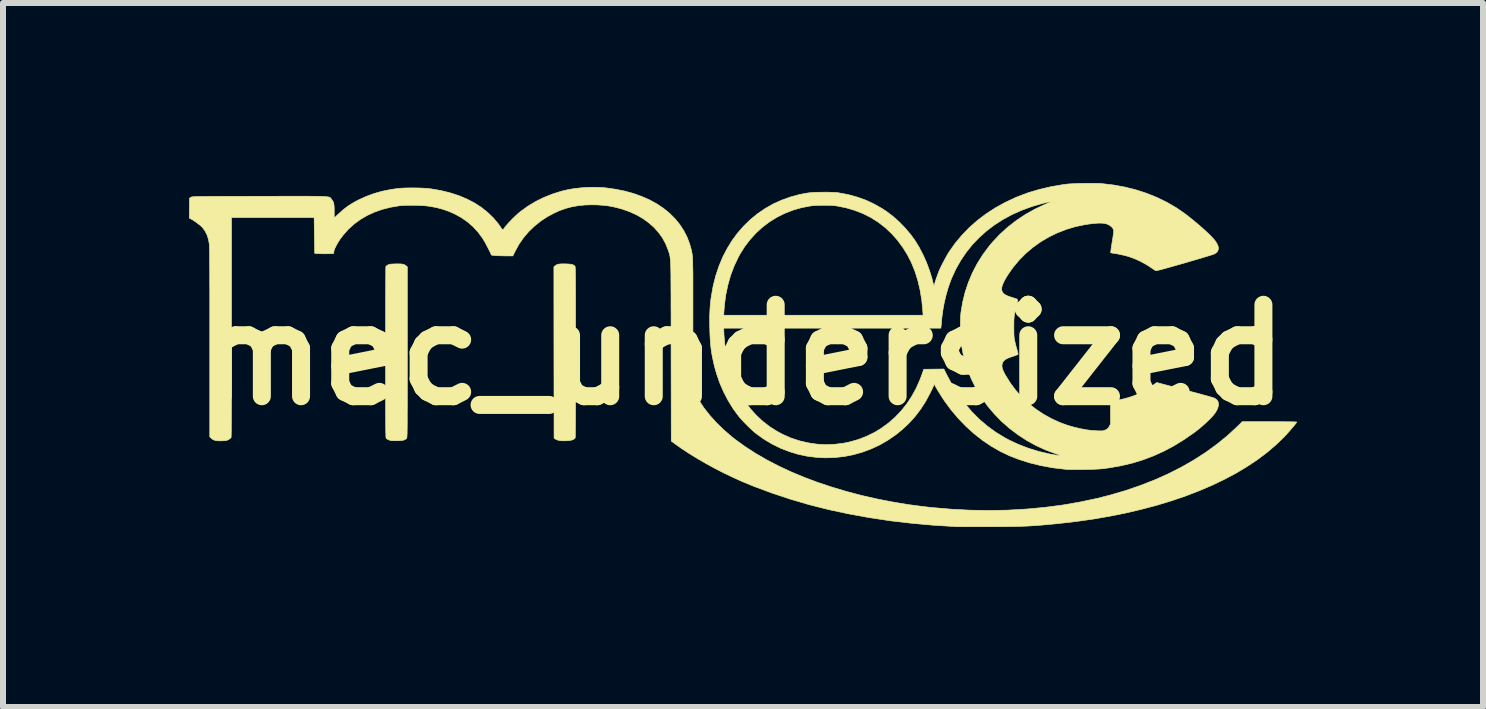
<source format=kicad_pcb>
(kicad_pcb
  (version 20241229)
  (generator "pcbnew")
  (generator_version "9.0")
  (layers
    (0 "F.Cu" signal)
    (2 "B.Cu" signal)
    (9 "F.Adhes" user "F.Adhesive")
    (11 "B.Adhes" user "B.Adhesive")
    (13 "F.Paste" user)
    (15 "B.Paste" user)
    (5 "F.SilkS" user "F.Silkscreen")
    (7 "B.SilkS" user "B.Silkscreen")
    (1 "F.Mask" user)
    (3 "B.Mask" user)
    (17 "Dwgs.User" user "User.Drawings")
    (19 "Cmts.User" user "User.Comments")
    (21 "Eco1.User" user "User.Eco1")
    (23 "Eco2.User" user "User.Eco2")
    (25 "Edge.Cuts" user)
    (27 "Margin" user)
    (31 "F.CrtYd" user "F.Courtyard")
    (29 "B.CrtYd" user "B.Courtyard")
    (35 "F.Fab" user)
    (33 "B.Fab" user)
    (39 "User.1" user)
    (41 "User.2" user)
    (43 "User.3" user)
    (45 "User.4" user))
  (footprint "mec_undersized"
    (layer "F.Cu")
    (at 9.333 2.864)
    (property "Reference" "mec_undersized" (at 0 0 0) (layer "F.SilkS") (effects (font (size 1.524 1.524) (thickness 0.3))))
    (attr through_hole)
    (fp_poly (pts (xy -2.954 -1.516) (xy -2.909 -1.514) (xy -2.874 -1.511) (xy -2.848 -1.506) (xy -2.829 -1.499) (xy -2.813 -1.488) (xy -2.802 -1.478) (xy -2.8 -1.476) (xy -2.799 -1.472) (xy -2.798 -1.465) (xy -2.797 -1.456) (xy -2.796 -1.442) (xy -2.795 -1.424) (xy -2.795 -1.402) (xy -2.794 -1.374) (xy -2.793 -1.34) (xy -2.793 -1.3) (xy -2.792 -1.252) (xy -2.792 -1.197) (xy -2.792 -1.134) (xy -2.791 -1.063) (xy -2.791 -0.982) (xy -2.791 -0.891) (xy -2.791 -0.79) (xy -2.791 -0.678) (xy -2.791 -0.554) (xy -2.791 -0.418) (xy -2.791 -0.27) (xy -2.791 -0.109) (xy -2.791 -0.048) (xy -2.791 0.135) (xy -2.791 0.303) (xy -2.791 0.459) (xy -2.791 0.601) (xy -2.791 0.73) (xy -2.792 0.847) (xy -2.792 0.952) (xy -2.792 1.044) (xy -2.793 1.125) (xy -2.793 1.195) (xy -2.794 1.253) (xy -2.795 1.3) (xy -2.795 1.337) (xy -2.796 1.363) (xy -2.797 1.38) (xy -2.798 1.386) (xy -2.809 1.397) (xy -2.827 1.409) (xy -2.838 1.415) (xy -2.863 1.422) (xy -2.897 1.428) (xy -2.938 1.431) (xy -2.981 1.432) (xy -3.022 1.432) (xy -3.058 1.428) (xy -3.078 1.424) (xy -3.102 1.415) (xy -3.124 1.405) (xy -3.13 1.401) (xy -3.149 1.387) (xy -3.151 -0.04) (xy -3.152 -1.467) (xy -3.131 -1.485) (xy -3.113 -1.498) (xy -3.092 -1.507) (xy -3.066 -1.513) (xy -3.032 -1.516) (xy -2.988 -1.516) (xy -2.954 -1.516)) (stroke (width 0.01) (type solid)) (fill yes) (layer "F.SilkS"))
    (fp_poly (pts (xy -5.702 -1.515) (xy -5.671 -1.511) (xy -5.647 -1.504) (xy -5.627 -1.493) (xy -5.616 -1.485) (xy -5.595 -1.467) (xy -5.595 -0.042) (xy -5.595 0.124) (xy -5.595 0.276) (xy -5.595 0.416) (xy -5.595 0.544) (xy -5.595 0.659) (xy -5.595 0.764) (xy -5.595 0.859) (xy -5.596 0.943) (xy -5.596 1.018) (xy -5.596 1.084) (xy -5.596 1.141) (xy -5.597 1.191) (xy -5.597 1.234) (xy -5.598 1.27) (xy -5.598 1.301) (xy -5.599 1.325) (xy -5.6 1.345) (xy -5.601 1.361) (xy -5.602 1.372) (xy -5.603 1.381) (xy -5.604 1.387) (xy -5.605 1.391) (xy -5.607 1.393) (xy -5.607 1.393) (xy -5.626 1.407) (xy -5.645 1.417) (xy -5.669 1.424) (xy -5.701 1.428) (xy -5.742 1.43) (xy -5.758 1.431) (xy -5.795 1.431) (xy -5.829 1.431) (xy -5.856 1.429) (xy -5.873 1.428) (xy -5.873 1.427) (xy -5.914 1.413) (xy -5.945 1.393) (xy -5.946 1.392) (xy -5.947 1.388) (xy -5.949 1.384) (xy -5.95 1.376) (xy -5.951 1.366) (xy -5.952 1.352) (xy -5.952 1.334) (xy -5.953 1.311) (xy -5.954 1.283) (xy -5.954 1.25) (xy -5.955 1.21) (xy -5.955 1.163) (xy -5.956 1.108) (xy -5.956 1.045) (xy -5.956 0.974) (xy -5.956 0.894) (xy -5.956 0.804) (xy -5.957 0.703) (xy -5.957 0.592) (xy -5.957 0.469) (xy -5.957 0.334) (xy -5.957 0.187) (xy -5.957 0.026) (xy -5.957 -0.039) (xy -5.957 -0.179) (xy -5.957 -0.315) (xy -5.957 -0.446) (xy -5.957 -0.573) (xy -5.956 -0.695) (xy -5.956 -0.809) (xy -5.956 -0.917) (xy -5.956 -1.018) (xy -5.955 -1.11) (xy -5.955 -1.193) (xy -5.955 -1.267) (xy -5.954 -1.33) (xy -5.954 -1.383) (xy -5.954 -1.424) (xy -5.953 -1.453) (xy -5.953 -1.468) (xy -5.952 -1.472) (xy -5.944 -1.481) (xy -5.928 -1.493) (xy -5.919 -1.498) (xy -5.906 -1.504) (xy -5.891 -1.509) (xy -5.872 -1.512) (xy -5.845 -1.514) (xy -5.809 -1.515) (xy -5.793 -1.516) (xy -5.742 -1.516) (xy -5.702 -1.515)) (stroke (width 0.01) (type solid)) (fill yes) (layer "F.SilkS"))
    (fp_poly (pts (xy -2.377 -2.79) (xy -2.293 -2.784) (xy -2.13 -2.761) (xy -1.974 -2.73) (xy -1.827 -2.69) (xy -1.688 -2.64) (xy -1.558 -2.583) (xy -1.438 -2.517) (xy -1.327 -2.443) (xy -1.227 -2.362) (xy -1.137 -2.273) (xy -1.058 -2.177) (xy -0.99 -2.074) (xy -0.933 -1.964) (xy -0.889 -1.848) (xy -0.87 -1.781) (xy -0.865 -1.763) (xy -0.861 -1.746) (xy -0.857 -1.73) (xy -0.854 -1.714) (xy -0.851 -1.698) (xy -0.848 -1.68) (xy -0.845 -1.659) (xy -0.843 -1.636) (xy -0.841 -1.61) (xy -0.84 -1.579) (xy -0.839 -1.543) (xy -0.838 -1.501) (xy -0.837 -1.454) (xy -0.836 -1.399) (xy -0.835 -1.336) (xy -0.835 -1.265) (xy -0.835 -1.185) (xy -0.835 -1.095) (xy -0.835 -0.994) (xy -0.835 -0.882) (xy -0.835 -0.758) (xy -0.835 -0.622) (xy -0.835 -0.51) (xy -0.836 0.57) (xy -0.804 0.635) (xy -0.733 0.761) (xy -0.65 0.886) (xy -0.553 1.009) (xy -0.444 1.13) (xy -0.324 1.247) (xy -0.192 1.361) (xy -0.125 1.414) (xy 0.037 1.531) (xy 0.212 1.644) (xy 0.399 1.752) (xy 0.596 1.854) (xy 0.804 1.951) (xy 1.022 2.042) (xy 1.249 2.127) (xy 1.484 2.205) (xy 1.726 2.277) (xy 1.976 2.343) (xy 2.231 2.401) (xy 2.492 2.452) (xy 2.758 2.496) (xy 3.028 2.531) (xy 3.135 2.543) (xy 3.456 2.571) (xy 3.776 2.588) (xy 4.094 2.593) (xy 4.408 2.588) (xy 4.719 2.57) (xy 5.025 2.542) (xy 5.325 2.503) (xy 5.619 2.452) (xy 5.906 2.391) (xy 6.113 2.338) (xy 6.371 2.263) (xy 6.619 2.178) (xy 6.857 2.085) (xy 7.086 1.983) (xy 7.305 1.872) (xy 7.513 1.753) (xy 7.71 1.626) (xy 7.897 1.49) (xy 8.073 1.347) (xy 8.23 1.202) (xy 8.321 1.113) (xy 8.774 1.113) (xy 8.852 1.114) (xy 8.926 1.114) (xy 8.994 1.114) (xy 9.056 1.115) (xy 9.11 1.115) (xy 9.155 1.116) (xy 9.191 1.117) (xy 9.215 1.118) (xy 9.227 1.119) (xy 9.228 1.119) (xy 9.223 1.128) (xy 9.211 1.145) (xy 9.192 1.169) (xy 9.168 1.198) (xy 9.14 1.231) (xy 9.111 1.265) (xy 9.08 1.3) (xy 9.05 1.333) (xy 9.022 1.363) (xy 9.012 1.374) (xy 8.877 1.503) (xy 8.73 1.628) (xy 8.571 1.748) (xy 8.399 1.862) (xy 8.216 1.972) (xy 8.022 2.075) (xy 7.817 2.173) (xy 7.602 2.265) (xy 7.376 2.352) (xy 7.141 2.432) (xy 6.897 2.506) (xy 6.644 2.573) (xy 6.382 2.635) (xy 6.113 2.689) (xy 5.835 2.737) (xy 5.551 2.777) (xy 5.259 2.811) (xy 5.111 2.825) (xy 5.034 2.832) (xy 4.964 2.838) (xy 4.9 2.843) (xy 4.84 2.847) (xy 4.782 2.851) (xy 4.725 2.854) (xy 4.667 2.856) (xy 4.606 2.858) (xy 4.541 2.86) (xy 4.47 2.861) (xy 4.392 2.862) (xy 4.303 2.863) (xy 4.204 2.863) (xy 4.123 2.863) (xy 4.039 2.864) (xy 3.957 2.864) (xy 3.88 2.864) (xy 3.808 2.864) (xy 3.743 2.864) (xy 3.686 2.864) (xy 3.638 2.863) (xy 3.601 2.863) (xy 3.575 2.863) (xy 3.563 2.863) (xy 3.183 2.84) (xy 2.813 2.807) (xy 2.453 2.765) (xy 2.102 2.712) (xy 1.761 2.65) (xy 1.428 2.579) (xy 1.104 2.497) (xy 0.789 2.405) (xy 0.482 2.303) (xy 0.183 2.192) (xy -0.014 2.111) (xy -0.162 2.044) (xy -0.313 1.972) (xy -0.464 1.895) (xy -0.612 1.814) (xy -0.756 1.731) (xy -0.893 1.647) (xy -1.021 1.563) (xy -1.137 1.481) (xy -1.139 1.479) (xy -1.196 1.437) (xy -1.199 -0.056) (xy -1.199 -0.229) (xy -1.199 -0.388) (xy -1.199 -0.535) (xy -1.199 -0.669) (xy -1.2 -0.792) (xy -1.2 -0.904) (xy -1.2 -1.006) (xy -1.201 -1.098) (xy -1.201 -1.18) (xy -1.202 -1.254) (xy -1.202 -1.319) (xy -1.203 -1.377) (xy -1.204 -1.428) (xy -1.205 -1.473) (xy -1.207 -1.512) (xy -1.208 -1.546) (xy -1.21 -1.575) (xy -1.212 -1.6) (xy -1.215 -1.621) (xy -1.217 -1.64) (xy -1.22 -1.656) (xy -1.223 -1.671) (xy -1.227 -1.684) (xy -1.231 -1.697) (xy -1.235 -1.71) (xy -1.24 -1.724) (xy -1.245 -1.738) (xy -1.249 -1.751) (xy -1.291 -1.855) (xy -1.344 -1.952) (xy -1.41 -2.043) (xy -1.486 -2.127) (xy -1.574 -2.204) (xy -1.671 -2.274) (xy -1.778 -2.335) (xy -1.894 -2.387) (xy -2.018 -2.431) (xy -2.085 -2.449) (xy -2.17 -2.469) (xy -2.252 -2.484) (xy -2.334 -2.493) (xy -2.42 -2.499) (xy -2.512 -2.501) (xy -2.633 -2.498) (xy -2.744 -2.487) (xy -2.849 -2.469) (xy -2.951 -2.442) (xy -3.051 -2.407) (xy -3.138 -2.368) (xy -3.258 -2.305) (xy -3.37 -2.231) (xy -3.474 -2.148) (xy -3.57 -2.056) (xy -3.656 -1.956) (xy -3.73 -1.85) (xy -3.792 -1.739) (xy -3.797 -1.729) (xy -3.836 -1.649) (xy -3.931 -1.649) (xy -3.991 -1.65) (xy -4.046 -1.651) (xy -4.095 -1.653) (xy -4.136 -1.656) (xy -4.167 -1.659) (xy -4.188 -1.662) (xy -4.196 -1.666) (xy -4.196 -1.667) (xy -4.199 -1.677) (xy -4.208 -1.698) (xy -4.222 -1.727) (xy -4.239 -1.76) (xy -4.258 -1.797) (xy -4.278 -1.835) (xy -4.297 -1.871) (xy -4.316 -1.903) (xy -4.332 -1.93) (xy -4.339 -1.942) (xy -4.415 -2.044) (xy -4.498 -2.135) (xy -4.59 -2.215) (xy -4.69 -2.285) (xy -4.798 -2.345) (xy -4.901 -2.391) (xy -5.005 -2.427) (xy -5.114 -2.456) (xy -5.232 -2.477) (xy -5.264 -2.481) (xy -5.312 -2.486) (xy -5.369 -2.49) (xy -5.432 -2.492) (xy -5.498 -2.493) (xy -5.564 -2.493) (xy -5.626 -2.492) (xy -5.681 -2.489) (xy -5.724 -2.485) (xy -5.869 -2.461) (xy -6.008 -2.426) (xy -6.138 -2.381) (xy -6.261 -2.325) (xy -6.374 -2.259) (xy -6.479 -2.183) (xy -6.575 -2.096) (xy -6.66 -2.001) (xy -6.715 -1.928) (xy -6.747 -1.879) (xy -6.774 -1.831) (xy -6.796 -1.788) (xy -6.812 -1.751) (xy -6.819 -1.722) (xy -6.819 -1.72) (xy -6.823 -1.688) (xy -6.917 -1.685) (xy -6.959 -1.685) (xy -7.004 -1.685) (xy -7.044 -1.686) (xy -7.075 -1.688) (xy -7.138 -1.692) (xy -7.143 -1.991) (xy -7.148 -2.289) (xy -8.525 -2.289) (xy -8.525 -0.462) (xy -8.525 -0.245) (xy -8.525 -0.041) (xy -8.525 0.149) (xy -8.525 0.326) (xy -8.525 0.488) (xy -8.526 0.637) (xy -8.526 0.772) (xy -8.526 0.893) (xy -8.527 1.001) (xy -8.527 1.095) (xy -8.528 1.176) (xy -8.528 1.243) (xy -8.529 1.296) (xy -8.53 1.337) (xy -8.531 1.363) (xy -8.531 1.377) (xy -8.532 1.378) (xy -8.542 1.389) (xy -8.559 1.403) (xy -8.571 1.41) (xy -8.588 1.419) (xy -8.604 1.425) (xy -8.624 1.429) (xy -8.651 1.431) (xy -8.677 1.432) (xy -8.732 1.433) (xy -8.775 1.43) (xy -8.81 1.422) (xy -8.838 1.409) (xy -8.859 1.392) (xy -8.887 1.366) (xy -8.887 -0.204) (xy -8.887 -0.405) (xy -8.887 -0.593) (xy -8.887 -0.766) (xy -8.887 -0.926) (xy -8.887 -1.073) (xy -8.888 -1.207) (xy -8.888 -1.327) (xy -8.888 -1.435) (xy -8.889 -1.529) (xy -8.89 -1.611) (xy -8.89 -1.681) (xy -8.891 -1.738) (xy -8.892 -1.783) (xy -8.893 -1.815) (xy -8.894 -1.836) (xy -8.894 -1.842) (xy -8.909 -1.926) (xy -8.933 -2.001) (xy -8.967 -2.067) (xy -9.011 -2.125) (xy -9.021 -2.135) (xy -9.042 -2.155) (xy -9.072 -2.178) (xy -9.106 -2.204) (xy -9.141 -2.228) (xy -9.173 -2.25) (xy -9.2 -2.265) (xy -9.208 -2.269) (xy -9.228 -2.278) (xy -9.226 -2.445) (xy -9.224 -2.612) (xy -9.2 -2.627) (xy -9.196 -2.628) (xy -9.193 -2.63) (xy -9.188 -2.632) (xy -9.181 -2.633) (xy -9.173 -2.634) (xy -9.161 -2.635) (xy -9.145 -2.636) (xy -9.126 -2.637) (xy -9.101 -2.638) (xy -9.071 -2.639) (xy -9.034 -2.639) (xy -8.991 -2.64) (xy -8.94 -2.64) (xy -8.881 -2.641) (xy -8.813 -2.641) (xy -8.736 -2.641) (xy -8.648 -2.642) (xy -8.55 -2.642) (xy -8.441 -2.642) (xy -8.319 -2.642) (xy -8.184 -2.643) (xy -8.058 -2.643) (xy -7.91 -2.643) (xy -7.774 -2.643) (xy -7.651 -2.644) (xy -7.54 -2.644) (xy -7.441 -2.644) (xy -7.352 -2.644) (xy -7.273 -2.644) (xy -7.204 -2.643) (xy -7.144 -2.643) (xy -7.091 -2.642) (xy -7.047 -2.641) (xy -7.009 -2.64) (xy -6.977 -2.638) (xy -6.951 -2.637) (xy -6.93 -2.634) (xy -6.913 -2.632) (xy -6.9 -2.629) (xy -6.89 -2.626) (xy -6.883 -2.622) (xy -6.877 -2.617) (xy -6.873 -2.613) (xy -6.868 -2.607) (xy -6.864 -2.601) (xy -6.859 -2.595) (xy -6.858 -2.594) (xy -6.843 -2.574) (xy -6.831 -2.553) (xy -6.822 -2.529) (xy -6.817 -2.5) (xy -6.814 -2.463) (xy -6.813 -2.415) (xy -6.813 -2.392) (xy -6.813 -2.281) (xy -6.752 -2.339) (xy -6.671 -2.412) (xy -6.59 -2.475) (xy -6.503 -2.531) (xy -6.407 -2.583) (xy -6.279 -2.641) (xy -6.148 -2.689) (xy -6.013 -2.727) (xy -5.871 -2.756) (xy -5.741 -2.774) (xy -5.687 -2.778) (xy -5.623 -2.781) (xy -5.552 -2.782) (xy -5.478 -2.782) (xy -5.404 -2.781) (xy -5.332 -2.778) (xy -5.267 -2.774) (xy -5.212 -2.768) (xy -5.198 -2.766) (xy -5.034 -2.738) (xy -4.88 -2.7) (xy -4.735 -2.653) (xy -4.6 -2.596) (xy -4.474 -2.531) (xy -4.359 -2.456) (xy -4.254 -2.372) (xy -4.159 -2.28) (xy -4.075 -2.179) (xy -4.043 -2.132) (xy -4.027 -2.109) (xy -4.014 -2.092) (xy -4.006 -2.082) (xy -4.005 -2.081) (xy -4 -2.086) (xy -3.988 -2.1) (xy -3.973 -2.12) (xy -3.962 -2.134) (xy -3.931 -2.173) (xy -3.89 -2.217) (xy -3.845 -2.264) (xy -3.797 -2.311) (xy -3.75 -2.354) (xy -3.709 -2.388) (xy -3.587 -2.477) (xy -3.455 -2.556) (xy -3.315 -2.625) (xy -3.169 -2.683) (xy -3.017 -2.73) (xy -2.909 -2.755) (xy -2.812 -2.771) (xy -2.706 -2.783) (xy -2.595 -2.791) (xy -2.484 -2.793) (xy -2.377 -2.79)) (stroke (width 0.01) (type solid)) (fill yes) (layer "F.SilkS"))
    (fp_poly (pts (xy 5.875 -2.858) (xy 5.932 -2.857) (xy 5.978 -2.854) (xy 5.98 -2.854) (xy 6.175 -2.831) (xy 6.365 -2.796) (xy 6.549 -2.75) (xy 6.728 -2.692) (xy 6.899 -2.623) (xy 7.063 -2.543) (xy 7.22 -2.452) (xy 7.368 -2.35) (xy 7.429 -2.302) (xy 7.52 -2.229) (xy 7.602 -2.16) (xy 7.675 -2.096) (xy 7.739 -2.037) (xy 7.793 -1.985) (xy 7.836 -1.939) (xy 7.869 -1.9) (xy 7.873 -1.894) (xy 7.902 -1.847) (xy 7.919 -1.804) (xy 7.922 -1.766) (xy 7.913 -1.733) (xy 7.891 -1.705) (xy 7.856 -1.682) (xy 7.855 -1.682) (xy 7.842 -1.677) (xy 7.817 -1.668) (xy 7.781 -1.657) (xy 7.735 -1.643) (xy 7.681 -1.627) (xy 7.619 -1.608) (xy 7.551 -1.588) (xy 7.478 -1.567) (xy 7.401 -1.544) (xy 7.353 -1.53) (xy 7.262 -1.504) (xy 7.184 -1.482) (xy 7.117 -1.463) (xy 7.061 -1.447) (xy 7.014 -1.434) (xy 6.976 -1.424) (xy 6.945 -1.416) (xy 6.922 -1.41) (xy 6.904 -1.407) (xy 6.891 -1.404) (xy 6.882 -1.404) (xy 6.876 -1.404) (xy 6.872 -1.406) (xy 6.871 -1.406) (xy 6.86 -1.414) (xy 6.84 -1.427) (xy 6.813 -1.445) (xy 6.783 -1.465) (xy 6.777 -1.47) (xy 6.702 -1.516) (xy 6.62 -1.56) (xy 6.535 -1.599) (xy 6.453 -1.63) (xy 6.449 -1.631) (xy 6.404 -1.645) (xy 6.35 -1.659) (xy 6.291 -1.672) (xy 6.232 -1.684) (xy 6.178 -1.693) (xy 6.164 -1.694) (xy 6.144 -1.698) (xy 6.13 -1.703) (xy 6.127 -1.705) (xy 6.127 -1.713) (xy 6.13 -1.733) (xy 6.134 -1.763) (xy 6.139 -1.801) (xy 6.146 -1.845) (xy 6.152 -1.882) (xy 6.163 -1.949) (xy 6.171 -2.002) (xy 6.175 -2.041) (xy 6.177 -2.068) (xy 6.176 -2.079) (xy 6.165 -2.106) (xy 6.143 -2.133) (xy 6.112 -2.157) (xy 6.076 -2.176) (xy 6.072 -2.178) (xy 6.032 -2.189) (xy 5.984 -2.195) (xy 5.926 -2.196) (xy 5.858 -2.191) (xy 5.778 -2.182) (xy 5.703 -2.171) (xy 5.543 -2.138) (xy 5.389 -2.092) (xy 5.24 -2.034) (xy 5.097 -1.965) (xy 4.962 -1.885) (xy 4.834 -1.794) (xy 4.714 -1.693) (xy 4.604 -1.582) (xy 4.503 -1.462) (xy 4.423 -1.349) (xy 4.38 -1.28) (xy 4.348 -1.221) (xy 4.325 -1.169) (xy 4.312 -1.125) (xy 4.31 -1.087) (xy 4.318 -1.055) (xy 4.336 -1.028) (xy 4.364 -1.005) (xy 4.403 -0.985) (xy 4.448 -0.968) (xy 4.481 -0.958) (xy 4.512 -0.948) (xy 4.537 -0.94) (xy 4.548 -0.937) (xy 4.564 -0.93) (xy 4.574 -0.921) (xy 4.577 -0.908) (xy 4.575 -0.887) (xy 4.567 -0.857) (xy 4.562 -0.841) (xy 4.547 -0.789) (xy 4.536 -0.744) (xy 4.527 -0.703) (xy 4.521 -0.661) (xy 4.517 -0.617) (xy 4.514 -0.567) (xy 4.514 -0.508) (xy 4.513 -0.466) (xy 4.514 -0.412) (xy 4.514 -0.369) (xy 4.515 -0.335) (xy 4.517 -0.307) (xy 4.519 -0.283) (xy 4.523 -0.26) (xy 4.527 -0.237) (xy 4.532 -0.216) (xy 4.541 -0.176) (xy 4.552 -0.135) (xy 4.563 -0.097) (xy 4.569 -0.078) (xy 4.576 -0.05) (xy 4.582 -0.028) (xy 4.584 -0.013) (xy 4.583 -0.01) (xy 4.576 -0.005) (xy 4.557 0.004) (xy 4.531 0.014) (xy 4.498 0.025) (xy 4.49 0.027) (xy 4.438 0.045) (xy 4.398 0.062) (xy 4.368 0.08) (xy 4.346 0.099) (xy 4.331 0.121) (xy 4.328 0.127) (xy 4.318 0.154) (xy 4.315 0.181) (xy 4.318 0.21) (xy 4.327 0.243) (xy 4.344 0.283) (xy 4.369 0.331) (xy 4.376 0.343) (xy 4.455 0.47) (xy 4.545 0.59) (xy 4.646 0.703) (xy 4.758 0.808) (xy 4.878 0.903) (xy 5.008 0.99) (xy 5.144 1.065) (xy 5.288 1.131) (xy 5.303 1.136) (xy 5.405 1.173) (xy 5.512 1.204) (xy 5.621 1.23) (xy 5.729 1.25) (xy 5.833 1.262) (xy 5.93 1.267) (xy 5.943 1.267) (xy 5.975 1.267) (xy 5.999 1.265) (xy 6.018 1.26) (xy 6.036 1.253) (xy 6.047 1.248) (xy 6.071 1.233) (xy 6.088 1.218) (xy 6.102 1.196) (xy 6.105 1.19) (xy 6.124 1.152) (xy 6.124 0.97) (xy 6.125 0.909) (xy 6.125 0.861) (xy 6.126 0.825) (xy 6.128 0.799) (xy 6.13 0.784) (xy 6.133 0.778) (xy 6.145 0.772) (xy 6.169 0.765) (xy 6.204 0.76) (xy 6.209 0.759) (xy 6.278 0.748) (xy 6.354 0.731) (xy 6.43 0.71) (xy 6.501 0.686) (xy 6.503 0.686) (xy 6.578 0.655) (xy 6.653 0.618) (xy 6.729 0.574) (xy 6.809 0.522) (xy 6.873 0.477) (xy 6.895 0.461) (xy 7.061 0.505) (xy 7.185 0.538) (xy 7.297 0.567) (xy 7.396 0.593) (xy 7.484 0.617) (xy 7.561 0.637) (xy 7.627 0.655) (xy 7.684 0.671) (xy 7.732 0.684) (xy 7.772 0.695) (xy 7.803 0.704) (xy 7.828 0.712) (xy 7.847 0.718) (xy 7.859 0.722) (xy 7.866 0.726) (xy 7.897 0.75) (xy 7.917 0.78) (xy 7.924 0.817) (xy 7.92 0.858) (xy 7.905 0.904) (xy 7.878 0.953) (xy 7.853 0.988) (xy 7.818 1.029) (xy 7.774 1.075) (xy 7.723 1.124) (xy 7.667 1.175) (xy 7.608 1.225) (xy 7.548 1.273) (xy 7.509 1.302) (xy 7.343 1.416) (xy 7.179 1.517) (xy 7.013 1.605) (xy 6.846 1.681) (xy 6.674 1.746) (xy 6.497 1.801) (xy 6.313 1.845) (xy 6.12 1.88) (xy 5.999 1.897) (xy 5.964 1.9) (xy 5.917 1.903) (xy 5.862 1.906) (xy 5.8 1.908) (xy 5.734 1.909) (xy 5.666 1.911) (xy 5.598 1.911) (xy 5.533 1.911) (xy 5.474 1.911) (xy 5.423 1.91) (xy 5.382 1.908) (xy 5.365 1.906) (xy 5.162 1.882) (xy 4.966 1.846) (xy 4.778 1.8) (xy 4.598 1.743) (xy 4.446 1.684) (xy 4.29 1.61) (xy 4.137 1.522) (xy 3.99 1.423) (xy 3.849 1.312) (xy 3.714 1.19) (xy 3.586 1.057) (xy 3.466 0.915) (xy 3.354 0.763) (xy 3.341 0.742) (xy 3.32 0.711) (xy 3.298 0.676) (xy 3.275 0.639) (xy 3.252 0.603) (xy 3.232 0.569) (xy 3.215 0.54) (xy 3.202 0.517) (xy 3.195 0.503) (xy 3.194 0.5) (xy 3.189 0.494) (xy 3.187 0.494) (xy 3.181 0.5) (xy 3.18 0.503) (xy 3.177 0.512) (xy 3.169 0.531) (xy 3.156 0.559) (xy 3.14 0.592) (xy 3.121 0.63) (xy 3.118 0.637) (xy 3.041 0.78) (xy 2.956 0.911) (xy 2.862 1.033) (xy 2.759 1.146) (xy 2.645 1.251) (xy 2.543 1.333) (xy 2.411 1.424) (xy 2.273 1.503) (xy 2.13 1.569) (xy 1.984 1.623) (xy 1.835 1.665) (xy 1.683 1.694) (xy 1.53 1.711) (xy 1.376 1.716) (xy 1.223 1.708) (xy 1.07 1.689) (xy 0.919 1.657) (xy 0.771 1.612) (xy 0.626 1.556) (xy 0.486 1.487) (xy 0.35 1.406) (xy 0.22 1.313) (xy 0.209 1.304) (xy 0.172 1.273) (xy 0.13 1.234) (xy 0.084 1.19) (xy 0.038 1.144) (xy -0.006 1.098) (xy -0.045 1.055) (xy -0.072 1.023) (xy -0.164 0.898) (xy -0.248 0.762) (xy -0.323 0.618) (xy -0.388 0.468) (xy -0.442 0.312) (xy -0.476 0.191) (xy -0.496 0.104) (xy -0.513 0.021) (xy -0.527 -0.059) (xy -0.537 -0.14) (xy -0.545 -0.225) (xy -0.55 -0.317) (xy -0.554 -0.418) (xy -0.554 -0.445) (xy -0.322 -0.445) (xy -0.318 -0.343) (xy -0.306 -0.192) (xy -0.285 -0.042) (xy -0.255 0.107) (xy -0.215 0.252) (xy -0.168 0.391) (xy -0.113 0.522) (xy -0.055 0.636) (xy 0.028 0.77) (xy 0.119 0.893) (xy 0.218 1.004) (xy 0.326 1.105) (xy 0.443 1.196) (xy 0.568 1.275) (xy 0.661 1.325) (xy 0.797 1.385) (xy 0.939 1.432) (xy 1.084 1.466) (xy 1.231 1.488) (xy 1.38 1.496) (xy 1.529 1.49) (xy 1.678 1.472) (xy 1.777 1.451) (xy 1.92 1.411) (xy 2.057 1.358) (xy 2.188 1.294) (xy 2.301 1.226) (xy 2.422 1.138) (xy 2.534 1.04) (xy 2.637 0.932) (xy 2.731 0.814) (xy 2.815 0.686) (xy 2.889 0.55) (xy 2.952 0.406) (xy 2.979 0.334) (xy 3.012 0.24) (xy 3.347 0.236) (xy 3.399 0.34) (xy 3.491 0.509) (xy 3.591 0.667) (xy 3.699 0.814) (xy 3.815 0.95) (xy 3.94 1.075) (xy 4.073 1.188) (xy 4.214 1.291) (xy 4.364 1.382) (xy 4.423 1.414) (xy 4.584 1.49) (xy 4.752 1.555) (xy 4.927 1.609) (xy 5.11 1.652) (xy 5.188 1.666) (xy 5.236 1.674) (xy 5.27 1.679) (xy 5.291 1.682) (xy 5.299 1.681) (xy 5.294 1.677) (xy 5.277 1.67) (xy 5.247 1.66) (xy 5.219 1.65) (xy 5.048 1.587) (xy 4.884 1.512) (xy 4.727 1.426) (xy 4.579 1.329) (xy 4.439 1.223) (xy 4.307 1.107) (xy 4.186 0.982) (xy 4.074 0.849) (xy 3.973 0.708) (xy 3.883 0.559) (xy 3.805 0.403) (xy 3.802 0.395) (xy 3.749 0.265) (xy 3.704 0.126) (xy 3.667 -0.019) (xy 3.639 -0.168) (xy 3.635 -0.191) (xy 3.631 -0.232) (xy 3.627 -0.284) (xy 3.624 -0.344) (xy 3.623 -0.408) (xy 3.622 -0.475) (xy 3.623 -0.54) (xy 3.624 -0.601) (xy 3.627 -0.655) (xy 3.631 -0.699) (xy 3.631 -0.703) (xy 3.66 -0.876) (xy 3.701 -1.044) (xy 3.756 -1.208) (xy 3.823 -1.367) (xy 3.903 -1.521) (xy 3.995 -1.668) (xy 4.099 -1.808) (xy 4.153 -1.873) (xy 4.276 -2.004) (xy 4.409 -2.126) (xy 4.552 -2.237) (xy 4.703 -2.338) (xy 4.863 -2.428) (xy 5.032 -2.508) (xy 5.07 -2.524) (xy 5.102 -2.537) (xy 5.123 -2.547) (xy 5.134 -2.553) (xy 5.133 -2.556) (xy 5.121 -2.554) (xy 5.096 -2.549) (xy 5.059 -2.541) (xy 5.009 -2.528) (xy 4.996 -2.525) (xy 4.819 -2.474) (xy 4.649 -2.412) (xy 4.488 -2.341) (xy 4.336 -2.259) (xy 4.194 -2.168) (xy 4.06 -2.067) (xy 3.937 -1.957) (xy 3.823 -1.838) (xy 3.72 -1.71) (xy 3.628 -1.574) (xy 3.546 -1.429) (xy 3.476 -1.277) (xy 3.464 -1.246) (xy 3.422 -1.129) (xy 3.385 -1.003) (xy 3.354 -0.873) (xy 3.33 -0.742) (xy 3.313 -0.614) (xy 3.309 -0.567) (xy 3.307 -0.535) (xy 3.304 -0.504) (xy 3.301 -0.48) (xy 3.301 -0.478) (xy 3.297 -0.445) (xy -0.322 -0.445) (xy -0.554 -0.445) (xy -0.555 -0.463) (xy -0.556 -0.551) (xy -0.556 -0.628) (xy -0.555 -0.661) (xy -0.322 -0.661) (xy 3.001 -0.661) (xy 2.996 -0.729) (xy 2.979 -0.909) (xy 2.951 -1.079) (xy 2.913 -1.24) (xy 2.865 -1.393) (xy 2.806 -1.538) (xy 2.736 -1.674) (xy 2.665 -1.788) (xy 2.575 -1.91) (xy 2.477 -2.021) (xy 2.37 -2.121) (xy 2.255 -2.21) (xy 2.132 -2.288) (xy 2.001 -2.354) (xy 1.863 -2.408) (xy 1.718 -2.451) (xy 1.566 -2.481) (xy 1.538 -2.485) (xy 1.498 -2.489) (xy 1.448 -2.492) (xy 1.391 -2.493) (xy 1.33 -2.493) (xy 1.27 -2.492) (xy 1.212 -2.49) (xy 1.161 -2.486) (xy 1.127 -2.482) (xy 0.978 -2.454) (xy 0.835 -2.413) (xy 0.698 -2.36) (xy 0.567 -2.295) (xy 0.443 -2.218) (xy 0.327 -2.131) (xy 0.218 -2.032) (xy 0.119 -1.923) (xy 0.028 -1.805) (xy -0.053 -1.676) (xy -0.082 -1.621) (xy -0.149 -1.479) (xy -0.206 -1.329) (xy -0.251 -1.171) (xy -0.286 -1.007) (xy -0.309 -0.838) (xy -0.317 -0.739) (xy -0.322 -0.661) (xy -0.555 -0.661) (xy -0.554 -0.696) (xy -0.551 -0.759) (xy -0.547 -0.82) (xy -0.541 -0.881) (xy -0.533 -0.945) (xy -0.528 -0.978) (xy -0.497 -1.151) (xy -0.455 -1.317) (xy -0.402 -1.476) (xy -0.339 -1.628) (xy -0.265 -1.771) (xy -0.182 -1.906) (xy -0.089 -2.032) (xy 0.013 -2.148) (xy 0.123 -2.255) (xy 0.242 -2.352) (xy 0.369 -2.439) (xy 0.503 -2.515) (xy 0.645 -2.579) (xy 0.793 -2.632) (xy 0.948 -2.674) (xy 1.075 -2.697) (xy 1.114 -2.702) (xy 1.164 -2.706) (xy 1.222 -2.709) (xy 1.284 -2.71) (xy 1.349 -2.711) (xy 1.412 -2.711) (xy 1.472 -2.709) (xy 1.526 -2.707) (xy 1.57 -2.704) (xy 1.59 -2.701) (xy 1.752 -2.671) (xy 1.905 -2.629) (xy 2.052 -2.576) (xy 2.192 -2.51) (xy 2.326 -2.433) (xy 2.393 -2.389) (xy 2.5 -2.307) (xy 2.605 -2.214) (xy 2.703 -2.112) (xy 2.794 -2.005) (xy 2.866 -1.906) (xy 2.935 -1.793) (xy 2.999 -1.671) (xy 3.057 -1.542) (xy 3.106 -1.41) (xy 3.147 -1.278) (xy 3.157 -1.235) (xy 3.165 -1.204) (xy 3.173 -1.179) (xy 3.178 -1.161) (xy 3.182 -1.155) (xy 3.187 -1.161) (xy 3.187 -1.165) (xy 3.189 -1.175) (xy 3.196 -1.196) (xy 3.205 -1.225) (xy 3.216 -1.259) (xy 3.229 -1.295) (xy 3.241 -1.331) (xy 3.254 -1.364) (xy 3.264 -1.392) (xy 3.267 -1.399) (xy 3.285 -1.44) (xy 3.309 -1.489) (xy 3.337 -1.543) (xy 3.366 -1.597) (xy 3.394 -1.649) (xy 3.421 -1.695) (xy 3.437 -1.72) (xy 3.538 -1.863) (xy 3.651 -1.997) (xy 3.774 -2.124) (xy 3.908 -2.242) (xy 4.052 -2.351) (xy 4.205 -2.45) (xy 4.368 -2.54) (xy 4.42 -2.564) (xy 5.17 -2.564) (xy 5.174 -2.561) (xy 5.177 -2.564) (xy 5.174 -2.568) (xy 5.17 -2.564) (xy 4.42 -2.564) (xy 4.54 -2.621) (xy 4.588 -2.641) (xy 4.761 -2.705) (xy 4.941 -2.758) (xy 5.129 -2.802) (xy 5.326 -2.836) (xy 5.379 -2.843) (xy 5.421 -2.848) (xy 5.473 -2.851) (xy 5.535 -2.854) (xy 5.602 -2.857) (xy 5.672 -2.858) (xy 5.743 -2.859) (xy 5.812 -2.859) (xy 5.875 -2.858)) (stroke (width 0.01) (type solid)) (fill yes) (layer "F.SilkS")))
  (gr_rect
    (start -3 -3)
    (end 21.665 8.733)
    (stroke (width 0.1) (type default))
    (fill no)
    (layer "Edge.Cuts")))
</source>
